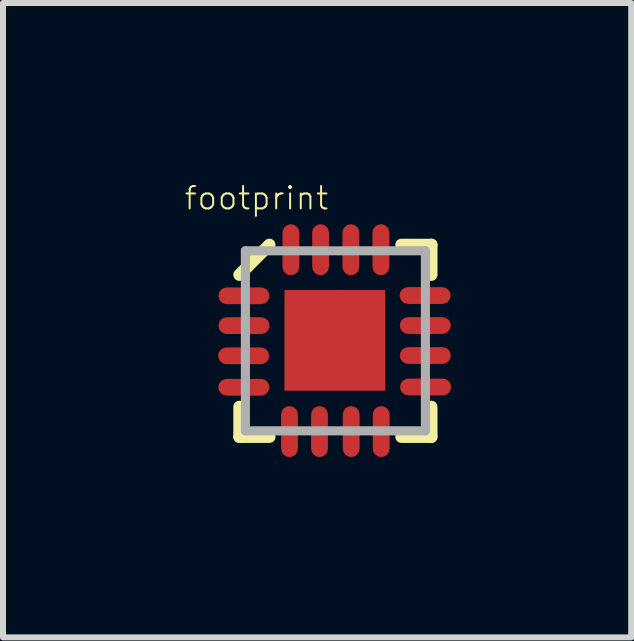
<source format=kicad_pcb>
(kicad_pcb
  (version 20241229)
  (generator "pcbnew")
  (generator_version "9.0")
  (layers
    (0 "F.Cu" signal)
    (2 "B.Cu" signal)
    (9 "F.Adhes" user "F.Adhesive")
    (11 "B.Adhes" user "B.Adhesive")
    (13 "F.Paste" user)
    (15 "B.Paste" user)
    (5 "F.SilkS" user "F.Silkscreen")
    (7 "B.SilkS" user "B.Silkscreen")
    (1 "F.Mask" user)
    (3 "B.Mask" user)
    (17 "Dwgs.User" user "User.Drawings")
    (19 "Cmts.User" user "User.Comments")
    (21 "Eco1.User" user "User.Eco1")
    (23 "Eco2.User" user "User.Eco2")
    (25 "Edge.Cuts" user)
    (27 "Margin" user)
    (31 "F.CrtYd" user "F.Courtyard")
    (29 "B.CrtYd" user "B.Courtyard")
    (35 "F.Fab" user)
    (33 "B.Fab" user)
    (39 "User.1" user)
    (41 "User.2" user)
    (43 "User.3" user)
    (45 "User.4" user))
  (footprint "footprint"
    (layer "F.Cu")
    (at 2.54 2.63)
    (property "Reference" "footprint" (at -2.54 -2.159 0) (layer "F.SilkS") (effects (font (size 0.374 0.374) (thickness 0.033)) (justify left bottom)))
    (fp_line (start -1.6 -1.1) (end -1.1 -1.6) (stroke (width 0.203) (type solid)) (layer "F.SilkS"))
    (fp_line (start -1.6 1.6) (end -1.6 1.1) (stroke (width 0.203) (type solid)) (layer "F.SilkS"))
    (fp_line (start -1.1 1.6) (end -1.6 1.6) (stroke (width 0.203) (type solid)) (layer "F.SilkS"))
    (fp_line (start 1.1 -1.6) (end 1.6 -1.6) (stroke (width 0.203) (type solid)) (layer "F.SilkS"))
    (fp_line (start 1.6 -1.6) (end 1.6 -1.1) (stroke (width 0.203) (type solid)) (layer "F.SilkS"))
    (fp_line (start 1.6 1.1) (end 1.6 1.6) (stroke (width 0.203) (type solid)) (layer "F.SilkS"))
    (fp_line (start 1.6 1.6) (end 1.1 1.6) (stroke (width 0.203) (type solid)) (layer "F.SilkS"))
    (fp_line (start -1.853 0.773) (end -1.203 0.773) (stroke (width 0.203) (type solid)) (layer "F.Paste"))
    (fp_line (start -1.853 0.25) (end -1.203 0.25) (stroke (width 0.203) (type solid)) (layer "F.Paste"))
    (fp_line (start -1.851 -0.253) (end -1.201 -0.253) (stroke (width 0.203) (type solid)) (layer "F.Paste"))
    (fp_line (start -1.2 -0.751) (end -1.85 -0.751) (stroke (width 0.203) (type solid)) (layer "F.Paste"))
    (fp_line (start -0.765 1.838) (end -0.765 1.188) (stroke (width 0.203) (type solid)) (layer "F.Paste"))
    (fp_line (start -0.742 -1.843) (end -0.742 -1.193) (stroke (width 0.203) (type solid)) (layer "F.Paste"))
    (fp_line (start -0.265 1.838) (end -0.265 1.188) (stroke (width 0.203) (type solid)) (layer "F.Paste"))
    (fp_line (start -0.247 -1.846) (end -0.247 -1.196) (stroke (width 0.203) (type solid)) (layer "F.Paste"))
    (fp_line (start 0.258 -1.846) (end 0.258 -1.196) (stroke (width 0.203) (type solid)) (layer "F.Paste"))
    (fp_line (start 0.26 1.838) (end 0.26 1.188) (stroke (width 0.203) (type solid)) (layer "F.Paste"))
    (fp_line (start 0.758 -1.843) (end 0.758 -1.193) (stroke (width 0.203) (type solid)) (layer "F.Paste"))
    (fp_line (start 0.763 1.841) (end 0.763 1.191) (stroke (width 0.203) (type solid)) (layer "F.Paste"))
    (fp_line (start 1.818 -0.755) (end 1.173 -0.755) (stroke (width 0.203) (type solid)) (layer "F.Paste"))
    (fp_line (start 1.82 -0.255) (end 1.17 -0.255) (stroke (width 0.203) (type solid)) (layer "F.Paste"))
    (fp_line (start 1.82 0.245) (end 1.17 0.245) (stroke (width 0.203) (type solid)) (layer "F.Paste"))
    (fp_line (start 1.828 0.768) (end 1.178 0.768) (stroke (width 0.203) (type solid)) (layer "F.Paste"))
    (fp_poly (pts (xy -0.6 -0.15) (xy -0.15 -0.15) (xy -0.15 -0.6) (xy -0.6 -0.6)) (stroke (width 0) (type solid)) (fill yes) (layer "F.Paste"))
    (fp_poly (pts (xy -0.6 0.6) (xy -0.15 0.6) (xy -0.15 0.15) (xy -0.6 0.15)) (stroke (width 0) (type solid)) (fill yes) (layer "F.Paste"))
    (fp_poly (pts (xy 0.15 -0.15) (xy 0.6 -0.15) (xy 0.6 -0.6) (xy 0.15 -0.6)) (stroke (width 0) (type solid)) (fill yes) (layer "F.Paste"))
    (fp_poly (pts (xy 0.15 0.6) (xy 0.6 0.6) (xy 0.6 0.15) (xy 0.15 0.15)) (stroke (width 0) (type solid)) (fill yes) (layer "F.Paste"))
    (fp_line (start -1.5 -1.5) (end -1.5 1.5) (stroke (width 0.152) (type solid)) (layer "F.Fab"))
    (fp_line (start -1.5 1.5) (end 1.5 1.5) (stroke (width 0.152) (type solid)) (layer "F.Fab"))
    (fp_line (start 1.5 -1.5) (end -1.5 -1.5) (stroke (width 0.152) (type solid)) (layer "F.Fab"))
    (fp_line (start 1.5 1.5) (end 1.5 -1.5) (stroke (width 0.152) (type solid)) (layer "F.Fab"))
    (pad "1" smd roundrect (at -1.524 -0.75) (size 0.85 0.28) (layers "F.Cu" "F.Mask") (roundrect_rratio 0.5))
    (pad "2" smd roundrect (at -1.524 -0.253) (size 0.85 0.28) (layers "F.Cu" "F.Mask") (roundrect_rratio 0.5))
    (pad "3" smd roundrect (at -1.529 0.25) (size 0.85 0.28) (layers "F.Cu" "F.Mask") (roundrect_rratio 0.5))
    (pad "4" smd roundrect (at -1.527 0.774) (size 0.85 0.28) (layers "F.Cu" "F.Mask") (roundrect_rratio 0.5))
    (pad "5" smd roundrect (at -0.765 1.513 90) (size 0.85 0.28) (layers "F.Cu" "F.Mask") (roundrect_rratio 0.5))
    (pad "6" smd roundrect (at -0.265 1.513 90) (size 0.85 0.28) (layers "F.Cu" "F.Mask") (roundrect_rratio 0.5))
    (pad "7" smd roundrect (at 0.263 1.513 90) (size 0.85 0.28) (layers "F.Cu" "F.Mask") (roundrect_rratio 0.5))
    (pad "8" smd roundrect (at 0.763 1.513 90) (size 0.85 0.28) (layers "F.Cu" "F.Mask") (roundrect_rratio 0.5))
    (pad "9" smd roundrect (at 1.503 0.77 180) (size 0.85 0.28) (layers "F.Cu" "F.Mask") (roundrect_rratio 0.5))
    (pad "10" smd roundrect (at 1.498 0.245 180) (size 0.85 0.28) (layers "F.Cu" "F.Mask") (roundrect_rratio 0.5))
    (pad "11" smd roundrect (at 1.498 -0.255 180) (size 0.85 0.28) (layers "F.Cu" "F.Mask") (roundrect_rratio 0.5))
    (pad "12" smd roundrect (at 1.495 -0.755 180) (size 0.85 0.28) (layers "F.Cu" "F.Mask") (roundrect_rratio 0.5))
    (pad "13" smd roundrect (at 0.758 -1.518 270) (size 0.85 0.28) (layers "F.Cu" "F.Mask") (roundrect_rratio 0.5))
    (pad "14" smd roundrect (at 0.258 -1.518 270) (size 0.85 0.28) (layers "F.Cu" "F.Mask") (roundrect_rratio 0.5))
    (pad "15" smd roundrect (at -0.247 -1.518 270) (size 0.85 0.28) (layers "F.Cu" "F.Mask") (roundrect_rratio 0.5))
    (pad "16" smd roundrect (at -0.742 -1.518 270) (size 0.85 0.28) (layers "F.Cu" "F.Mask") (roundrect_rratio 0.5))
    (pad "EXT" smd rect (at -0.009 -0.008 180) (size 1.68 1.68) (layers "F.Cu" "F.Mask")))
  (gr_rect
    (start -3 -3)
    (end 7.47 7.573)
    (stroke (width 0.1) (type default))
    (fill no)
    (layer "Edge.Cuts")))
</source>
